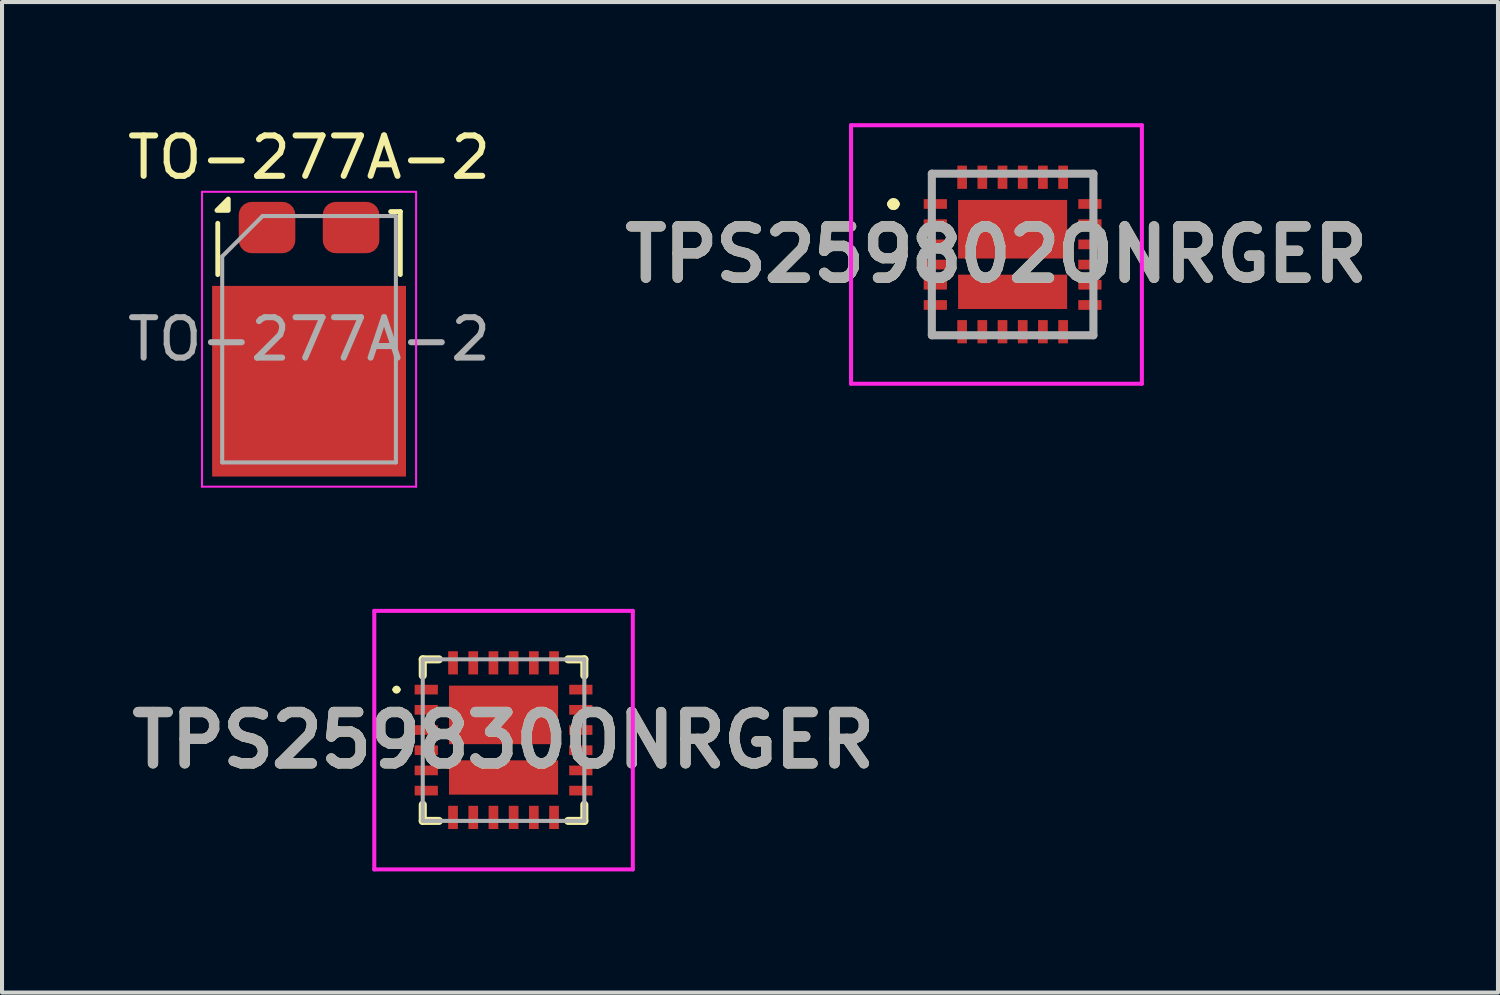
<source format=kicad_pcb>
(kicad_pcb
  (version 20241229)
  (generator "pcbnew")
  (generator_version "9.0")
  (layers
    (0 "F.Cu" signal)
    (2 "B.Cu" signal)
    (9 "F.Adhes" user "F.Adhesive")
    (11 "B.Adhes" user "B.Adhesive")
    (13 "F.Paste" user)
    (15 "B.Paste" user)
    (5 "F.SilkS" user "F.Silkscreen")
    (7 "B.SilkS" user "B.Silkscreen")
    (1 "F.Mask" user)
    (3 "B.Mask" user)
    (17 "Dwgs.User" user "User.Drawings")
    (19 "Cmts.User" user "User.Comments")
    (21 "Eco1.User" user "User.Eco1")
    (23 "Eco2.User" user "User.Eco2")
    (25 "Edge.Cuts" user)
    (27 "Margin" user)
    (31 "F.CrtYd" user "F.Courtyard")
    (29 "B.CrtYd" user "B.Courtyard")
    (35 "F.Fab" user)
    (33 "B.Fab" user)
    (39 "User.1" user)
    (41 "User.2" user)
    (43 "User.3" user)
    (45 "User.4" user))
  (footprint "TO-277A-2"
    (layer "F.Cu")
    (at 4.601 5.348)
    (property "Reference" "TO-277A-2" (at 0 -4.5 180) (layer "F.SilkS") (effects (font (size 1 1) (thickness 0.15))))
    (attr smd)
    (fp_line (start -2.26 -2.87) (end -2.26 -1.6) (stroke (width 0.12) (type solid)) (layer "F.SilkS"))
    (fp_line (start 2.26 -3.16) (end 2.02 -3.16) (stroke (width 0.12) (type solid)) (layer "F.SilkS"))
    (fp_line (start 2.26 -3.16) (end 2.26 -1.6) (stroke (width 0.12) (type solid)) (layer "F.SilkS"))
    (fp_poly (pts (xy -2 -3.19) (xy -2.28 -3.19) (xy -2 -3.47) (xy -2 -3.19)) (stroke (width 0.12) (type solid)) (fill yes) (layer "F.SilkS"))
    (fp_line (start -2.65 -3.65) (end -2.65 3.65) (stroke (width 0.05) (type solid)) (layer "F.CrtYd"))
    (fp_line (start -2.65 -3.65) (end 2.65 -3.65) (stroke (width 0.05) (type solid)) (layer "F.CrtYd"))
    (fp_line (start 2.65 3.65) (end -2.65 3.65) (stroke (width 0.05) (type solid)) (layer "F.CrtYd"))
    (fp_line (start 2.65 3.65) (end 2.65 -3.65) (stroke (width 0.05) (type solid)) (layer "F.CrtYd"))
    (fp_line (start -2.15 -2.05) (end -2.15 3.05) (stroke (width 0.1) (type solid)) (layer "F.Fab"))
    (fp_line (start -2.15 3.05) (end 2.15 3.05) (stroke (width 0.1) (type solid)) (layer "F.Fab"))
    (fp_line (start -1.15 -3.05) (end -2.15 -2.05) (stroke (width 0.1) (type solid)) (layer "F.Fab"))
    (fp_line (start 2.15 -3.05) (end -1.15 -3.05) (stroke (width 0.1) (type solid)) (layer "F.Fab"))
    (fp_line (start 2.15 3.05) (end 2.15 -3.05) (stroke (width 0.1) (type solid)) (layer "F.Fab"))
    (fp_text user "${REFERENCE}" (at 0 0 0) (layer "F.Fab") (effects (font (size 1 1) (thickness 0.15))))
    (pad "" smd roundrect (at -1.7 -0.65 180) (size 1.25 1.2) (layers "F.Paste") (roundrect_rratio 0.25))
    (pad "" smd roundrect (at -1.7 1.04 180) (size 1.25 1.2) (layers "F.Paste") (roundrect_rratio 0.25))
    (pad "" smd roundrect (at -1.7 2.7 180) (size 1.25 1.2) (layers "F.Paste") (roundrect_rratio 0.25))
    (pad "" smd roundrect (at 0 -0.65 180) (size 1.25 1.2) (layers "F.Paste") (roundrect_rratio 0.25))
    (pad "" smd roundrect (at 0 1.04 180) (size 1.25 1.2) (layers "F.Paste") (roundrect_rratio 0.25))
    (pad "" smd roundrect (at 0 2.7 180) (size 1.25 1.2) (layers "F.Paste") (roundrect_rratio 0.25))
    (pad "" smd roundrect (at 1.7 -0.65 180) (size 1.25 1.2) (layers "F.Paste") (roundrect_rratio 0.25))
    (pad "" smd roundrect (at 1.7 1.04 180) (size 1.25 1.2) (layers "F.Paste") (roundrect_rratio 0.25))
    (pad "" smd roundrect (at 1.7 2.7 180) (size 1.25 1.2) (layers "F.Paste") (roundrect_rratio 0.25))
    (pad "1" smd rect (at 0 1.04) (size 4.8 4.72) (layers "F.Cu" "F.Mask"))
    (pad "2" smd roundrect (at -1.04 -2.765) (size 1.4 1.27) (layers "F.Cu" "F.Mask" "F.Paste") (roundrect_rratio 0.25))
    (pad "2" smd roundrect (at 1.04 -2.765) (size 1.4 1.27) (layers "F.Cu" "F.Mask" "F.Paste") (roundrect_rratio 0.25)))
  (footprint "TPS259802ONRGER"
    (layer "F.Cu")
    (at 22.019 3.25)
    (property "Reference" "TPS259802ONRGER" (at -0.4 0 0) (layer "F.SilkS") (effects (font (size 1.27 1.27) (thickness 0.254))))
    (attr smd)
    (fp_line (start -3 -1.25) (end -3 -1.25) (stroke (width 0.2) (type solid)) (layer "F.SilkS"))
    (fp_line (start -3 -1.25) (end -3 -1.25) (stroke (width 0.2) (type solid)) (layer "F.SilkS"))
    (fp_line (start -2.9 -1.25) (end -2.9 -1.25) (stroke (width 0.2) (type solid)) (layer "F.SilkS"))
    (fp_line (start -2 -2) (end -2 -2) (stroke (width 0.1) (type solid)) (layer "F.SilkS"))
    (fp_line (start -2 -2) (end -2 -2) (stroke (width 0.1) (type solid)) (layer "F.SilkS"))
    (fp_line (start -2 -2) (end -2 -1.75) (stroke (width 0.1) (type solid)) (layer "F.SilkS"))
    (fp_line (start -2 -2) (end -1.75 -2) (stroke (width 0.1) (type solid)) (layer "F.SilkS"))
    (fp_line (start -2 -1.75) (end -2 -2) (stroke (width 0.1) (type solid)) (layer "F.SilkS"))
    (fp_line (start -2 -1.75) (end -2 -1.75) (stroke (width 0.1) (type solid)) (layer "F.SilkS"))
    (fp_line (start -2 1.75) (end -2 1.75) (stroke (width 0.1) (type solid)) (layer "F.SilkS"))
    (fp_line (start -2 1.75) (end -2 2) (stroke (width 0.1) (type solid)) (layer "F.SilkS"))
    (fp_line (start -2 2) (end -2 1.75) (stroke (width 0.1) (type solid)) (layer "F.SilkS"))
    (fp_line (start -2 2) (end -2 2) (stroke (width 0.1) (type solid)) (layer "F.SilkS"))
    (fp_line (start -2 2) (end -2 2) (stroke (width 0.1) (type solid)) (layer "F.SilkS"))
    (fp_line (start -2 2) (end -1.75 2) (stroke (width 0.1) (type solid)) (layer "F.SilkS"))
    (fp_line (start -1.75 -2) (end -2 -2) (stroke (width 0.1) (type solid)) (layer "F.SilkS"))
    (fp_line (start -1.75 -2) (end -1.75 -2) (stroke (width 0.1) (type solid)) (layer "F.SilkS"))
    (fp_line (start -1.75 2) (end -2 2) (stroke (width 0.1) (type solid)) (layer "F.SilkS"))
    (fp_line (start -1.75 2) (end -1.75 2) (stroke (width 0.1) (type solid)) (layer "F.SilkS"))
    (fp_line (start 1.75 -2) (end 1.75 -2) (stroke (width 0.1) (type solid)) (layer "F.SilkS"))
    (fp_line (start 1.75 -2) (end 2 -2) (stroke (width 0.1) (type solid)) (layer "F.SilkS"))
    (fp_line (start 1.75 2) (end 1.75 2) (stroke (width 0.1) (type solid)) (layer "F.SilkS"))
    (fp_line (start 1.75 2) (end 2 2) (stroke (width 0.1) (type solid)) (layer "F.SilkS"))
    (fp_line (start 2 -2) (end 1.75 -2) (stroke (width 0.1) (type solid)) (layer "F.SilkS"))
    (fp_line (start 2 -2) (end 2 -2) (stroke (width 0.1) (type solid)) (layer "F.SilkS"))
    (fp_line (start 2 -2) (end 2 -2) (stroke (width 0.1) (type solid)) (layer "F.SilkS"))
    (fp_line (start 2 -2) (end 2 -1.75) (stroke (width 0.1) (type solid)) (layer "F.SilkS"))
    (fp_line (start 2 -1.75) (end 2 -2) (stroke (width 0.1) (type solid)) (layer "F.SilkS"))
    (fp_line (start 2 -1.75) (end 2 -1.75) (stroke (width 0.1) (type solid)) (layer "F.SilkS"))
    (fp_line (start 2 1.75) (end 2 1.75) (stroke (width 0.1) (type solid)) (layer "F.SilkS"))
    (fp_line (start 2 1.75) (end 2 2) (stroke (width 0.1) (type solid)) (layer "F.SilkS"))
    (fp_line (start 2 2) (end 1.75 2) (stroke (width 0.1) (type solid)) (layer "F.SilkS"))
    (fp_line (start 2 2) (end 2 1.75) (stroke (width 0.1) (type solid)) (layer "F.SilkS"))
    (fp_line (start 2 2) (end 2 2) (stroke (width 0.1) (type solid)) (layer "F.SilkS"))
    (fp_line (start 2 2) (end 2 2) (stroke (width 0.1) (type solid)) (layer "F.SilkS"))
    (fp_arc (start -3 -1.25) (mid -2.95 -1.3) (end -2.9 -1.25) (stroke (width 0.2) (type solid)) (layer "F.SilkS"))
    (fp_arc (start -2.9 -1.25) (mid -2.95 -1.2) (end -3 -1.25) (stroke (width 0.2) (type solid)) (layer "F.SilkS"))
    (fp_arc (start -2.9 -1.25) (mid -2.95 -1.2) (end -3 -1.25) (stroke (width 0.2) (type solid)) (layer "F.SilkS"))
    (fp_line (start -4 -3.2) (end 3.2 -3.2) (stroke (width 0.1) (type solid)) (layer "F.CrtYd"))
    (fp_line (start -4 3.2) (end -4 -3.2) (stroke (width 0.1) (type solid)) (layer "F.CrtYd"))
    (fp_line (start 3.2 -3.2) (end 3.2 3.2) (stroke (width 0.1) (type solid)) (layer "F.CrtYd"))
    (fp_line (start 3.2 3.2) (end -4 3.2) (stroke (width 0.1) (type solid)) (layer "F.CrtYd"))
    (fp_line (start -2 -2) (end -2 2) (stroke (width 0.2) (type solid)) (layer "F.Fab"))
    (fp_line (start -2 2) (end 2 2) (stroke (width 0.2) (type solid)) (layer "F.Fab"))
    (fp_line (start 2 -2) (end -2 -2) (stroke (width 0.2) (type solid)) (layer "F.Fab"))
    (fp_line (start 2 2) (end 2 -2) (stroke (width 0.2) (type solid)) (layer "F.Fab"))
    (fp_text user "${REFERENCE}" (at -0.4 0 0) (layer "F.Fab") (effects (font (size 1.27 1.27) (thickness 0.254))))
    (pad "1" smd rect (at -1.913 -1.25 90) (size 0.24 0.575) (layers "F.Cu" "F.Mask" "F.Paste"))
    (pad "2" smd rect (at -1.913 -0.75 90) (size 0.24 0.575) (layers "F.Cu" "F.Mask" "F.Paste"))
    (pad "3" smd rect (at -1.913 -0.25 90) (size 0.24 0.575) (layers "F.Cu" "F.Mask" "F.Paste"))
    (pad "4" smd rect (at -1.913 0.25 90) (size 0.24 0.575) (layers "F.Cu" "F.Mask" "F.Paste"))
    (pad "5" smd rect (at -1.913 0.75 90) (size 0.24 0.575) (layers "F.Cu" "F.Mask" "F.Paste"))
    (pad "6" smd rect (at -1.913 1.25 90) (size 0.24 0.575) (layers "F.Cu" "F.Mask" "F.Paste"))
    (pad "7" smd rect (at -1.25 1.912) (size 0.24 0.575) (layers "F.Cu" "F.Mask" "F.Paste"))
    (pad "8" smd rect (at -0.75 1.912) (size 0.24 0.575) (layers "F.Cu" "F.Mask" "F.Paste"))
    (pad "9" smd rect (at -0.25 1.912) (size 0.24 0.575) (layers "F.Cu" "F.Mask" "F.Paste"))
    (pad "10" smd rect (at 0.25 1.912) (size 0.24 0.575) (layers "F.Cu" "F.Mask" "F.Paste"))
    (pad "11" smd rect (at 0.75 1.912) (size 0.24 0.575) (layers "F.Cu" "F.Mask" "F.Paste"))
    (pad "12" smd rect (at 1.25 1.912) (size 0.24 0.575) (layers "F.Cu" "F.Mask" "F.Paste"))
    (pad "13" smd rect (at 1.913 1.25 90) (size 0.24 0.575) (layers "F.Cu" "F.Mask" "F.Paste"))
    (pad "14" smd rect (at 1.913 0.75 90) (size 0.24 0.575) (layers "F.Cu" "F.Mask" "F.Paste"))
    (pad "15" smd rect (at 1.913 0.25 90) (size 0.24 0.575) (layers "F.Cu" "F.Mask" "F.Paste"))
    (pad "16" smd rect (at 1.913 -0.25 90) (size 0.24 0.575) (layers "F.Cu" "F.Mask" "F.Paste"))
    (pad "17" smd rect (at 1.913 -0.75 90) (size 0.24 0.575) (layers "F.Cu" "F.Mask" "F.Paste"))
    (pad "18" smd rect (at 1.913 -1.25 90) (size 0.24 0.575) (layers "F.Cu" "F.Mask" "F.Paste"))
    (pad "19" smd rect (at 1.25 -1.912) (size 0.24 0.575) (layers "F.Cu" "F.Mask" "F.Paste"))
    (pad "20" smd rect (at 0.75 -1.912) (size 0.24 0.575) (layers "F.Cu" "F.Mask" "F.Paste"))
    (pad "21" smd rect (at 0.25 -1.912) (size 0.24 0.575) (layers "F.Cu" "F.Mask" "F.Paste"))
    (pad "22" smd rect (at -0.25 -1.912) (size 0.24 0.575) (layers "F.Cu" "F.Mask" "F.Paste"))
    (pad "23" smd rect (at -0.75 -1.912) (size 0.24 0.575) (layers "F.Cu" "F.Mask" "F.Paste"))
    (pad "24" smd rect (at -1.25 -1.912) (size 0.24 0.575) (layers "F.Cu" "F.Mask" "F.Paste"))
    (pad "25" smd rect (at 0 -0.625 90) (size 1.45 2.7) (layers "F.Cu" "F.Mask" "F.Paste"))
    (pad "26" smd rect (at 0 0.925 90) (size 0.85 2.7) (layers "F.Cu" "F.Mask" "F.Paste")))
  (footprint "TPS259830ONRGER"
    (layer "F.Cu")
    (at 9.416 15.273)
    (property "Reference" "TPS259830ONRGER" (at 0 0 0) (layer "F.SilkS") (effects (font (size 1.27 1.27) (thickness 0.254))))
    (attr smd)
    (fp_line (start -2.7 -1.25) (end -2.7 -1.25) (stroke (width 0.1) (type solid)) (layer "F.SilkS"))
    (fp_line (start -2.6 -1.25) (end -2.6 -1.25) (stroke (width 0.1) (type solid)) (layer "F.SilkS"))
    (fp_line (start -2 -2) (end -2 -1.6) (stroke (width 0.2) (type solid)) (layer "F.SilkS"))
    (fp_line (start -2 1.6) (end -2 2) (stroke (width 0.2) (type solid)) (layer "F.SilkS"))
    (fp_line (start -2 2) (end -1.6 2) (stroke (width 0.2) (type solid)) (layer "F.SilkS"))
    (fp_line (start -1.6 -2) (end -2 -2) (stroke (width 0.2) (type solid)) (layer "F.SilkS"))
    (fp_line (start 1.6 -2) (end 2 -2) (stroke (width 0.2) (type solid)) (layer "F.SilkS"))
    (fp_line (start 2 -2) (end 2 -1.6) (stroke (width 0.2) (type solid)) (layer "F.SilkS"))
    (fp_line (start 2 1.6) (end 2 2) (stroke (width 0.2) (type solid)) (layer "F.SilkS"))
    (fp_line (start 2 2) (end 1.6 2) (stroke (width 0.2) (type solid)) (layer "F.SilkS"))
    (fp_arc (start -2.7 -1.25) (mid -2.65 -1.3) (end -2.6 -1.25) (stroke (width 0.1) (type solid)) (layer "F.SilkS"))
    (fp_arc (start -2.6 -1.25) (mid -2.65 -1.2) (end -2.7 -1.25) (stroke (width 0.1) (type solid)) (layer "F.SilkS"))
    (fp_line (start -3.2 -3.2) (end 3.2 -3.2) (stroke (width 0.1) (type solid)) (layer "F.CrtYd"))
    (fp_line (start -3.2 3.2) (end -3.2 -3.2) (stroke (width 0.1) (type solid)) (layer "F.CrtYd"))
    (fp_line (start 3.2 -3.2) (end 3.2 3.2) (stroke (width 0.1) (type solid)) (layer "F.CrtYd"))
    (fp_line (start 3.2 3.2) (end -3.2 3.2) (stroke (width 0.1) (type solid)) (layer "F.CrtYd"))
    (fp_line (start -2 -2) (end 2 -2) (stroke (width 0.1) (type solid)) (layer "F.Fab"))
    (fp_line (start -2 2) (end -2 -2) (stroke (width 0.1) (type solid)) (layer "F.Fab"))
    (fp_line (start 2 -2) (end 2 2) (stroke (width 0.1) (type solid)) (layer "F.Fab"))
    (fp_line (start 2 2) (end -2 2) (stroke (width 0.1) (type solid)) (layer "F.Fab"))
    (fp_text user "${REFERENCE}" (at 0 0 0) (layer "F.Fab") (effects (font (size 1.27 1.27) (thickness 0.254))))
    (pad "1" smd rect (at -1.913 -1.25 90) (size 0.24 0.575) (layers "F.Cu" "F.Mask" "F.Paste"))
    (pad "2" smd rect (at -1.913 -0.75 90) (size 0.24 0.575) (layers "F.Cu" "F.Mask" "F.Paste"))
    (pad "3" smd rect (at -1.913 -0.25 90) (size 0.24 0.575) (layers "F.Cu" "F.Mask" "F.Paste"))
    (pad "4" smd rect (at -1.913 0.25 90) (size 0.24 0.575) (layers "F.Cu" "F.Mask" "F.Paste"))
    (pad "5" smd rect (at -1.913 0.75 90) (size 0.24 0.575) (layers "F.Cu" "F.Mask" "F.Paste"))
    (pad "6" smd rect (at -1.913 1.25 90) (size 0.24 0.575) (layers "F.Cu" "F.Mask" "F.Paste"))
    (pad "7" smd rect (at -1.25 1.913) (size 0.24 0.575) (layers "F.Cu" "F.Mask" "F.Paste"))
    (pad "8" smd rect (at -0.75 1.913) (size 0.24 0.575) (layers "F.Cu" "F.Mask" "F.Paste"))
    (pad "9" smd rect (at -0.25 1.913) (size 0.24 0.575) (layers "F.Cu" "F.Mask" "F.Paste"))
    (pad "10" smd rect (at 0.25 1.913) (size 0.24 0.575) (layers "F.Cu" "F.Mask" "F.Paste"))
    (pad "11" smd rect (at 0.75 1.913) (size 0.24 0.575) (layers "F.Cu" "F.Mask" "F.Paste"))
    (pad "12" smd rect (at 1.25 1.913) (size 0.24 0.575) (layers "F.Cu" "F.Mask" "F.Paste"))
    (pad "13" smd rect (at 1.913 1.25 90) (size 0.24 0.575) (layers "F.Cu" "F.Mask" "F.Paste"))
    (pad "14" smd rect (at 1.913 0.75 90) (size 0.24 0.575) (layers "F.Cu" "F.Mask" "F.Paste"))
    (pad "15" smd rect (at 1.913 0.25 90) (size 0.24 0.575) (layers "F.Cu" "F.Mask" "F.Paste"))
    (pad "16" smd rect (at 1.913 -0.25 90) (size 0.24 0.575) (layers "F.Cu" "F.Mask" "F.Paste"))
    (pad "17" smd rect (at 1.913 -0.75 90) (size 0.24 0.575) (layers "F.Cu" "F.Mask" "F.Paste"))
    (pad "18" smd rect (at 1.913 -1.25 90) (size 0.24 0.575) (layers "F.Cu" "F.Mask" "F.Paste"))
    (pad "19" smd rect (at 1.25 -1.913) (size 0.24 0.575) (layers "F.Cu" "F.Mask" "F.Paste"))
    (pad "20" smd rect (at 0.75 -1.913) (size 0.24 0.575) (layers "F.Cu" "F.Mask" "F.Paste"))
    (pad "21" smd rect (at 0.25 -1.913) (size 0.24 0.575) (layers "F.Cu" "F.Mask" "F.Paste"))
    (pad "22" smd rect (at -0.25 -1.913) (size 0.24 0.575) (layers "F.Cu" "F.Mask" "F.Paste"))
    (pad "23" smd rect (at -0.75 -1.913) (size 0.24 0.575) (layers "F.Cu" "F.Mask" "F.Paste"))
    (pad "24" smd rect (at -1.25 -1.913) (size 0.24 0.575) (layers "F.Cu" "F.Mask" "F.Paste"))
    (pad "25" smd rect (at 0 -0.625 90) (size 1.45 2.7) (layers "F.Cu" "F.Mask" "F.Paste"))
    (pad "26" smd rect (at 0 0.925 90) (size 0.85 2.7) (layers "F.Cu" "F.Mask" "F.Paste")))
  (gr_rect
    (start -3 -3)
    (end 34.035 21.523)
    (stroke (width 0.1) (type default))
    (fill no)
    (layer "Edge.Cuts")))
</source>
